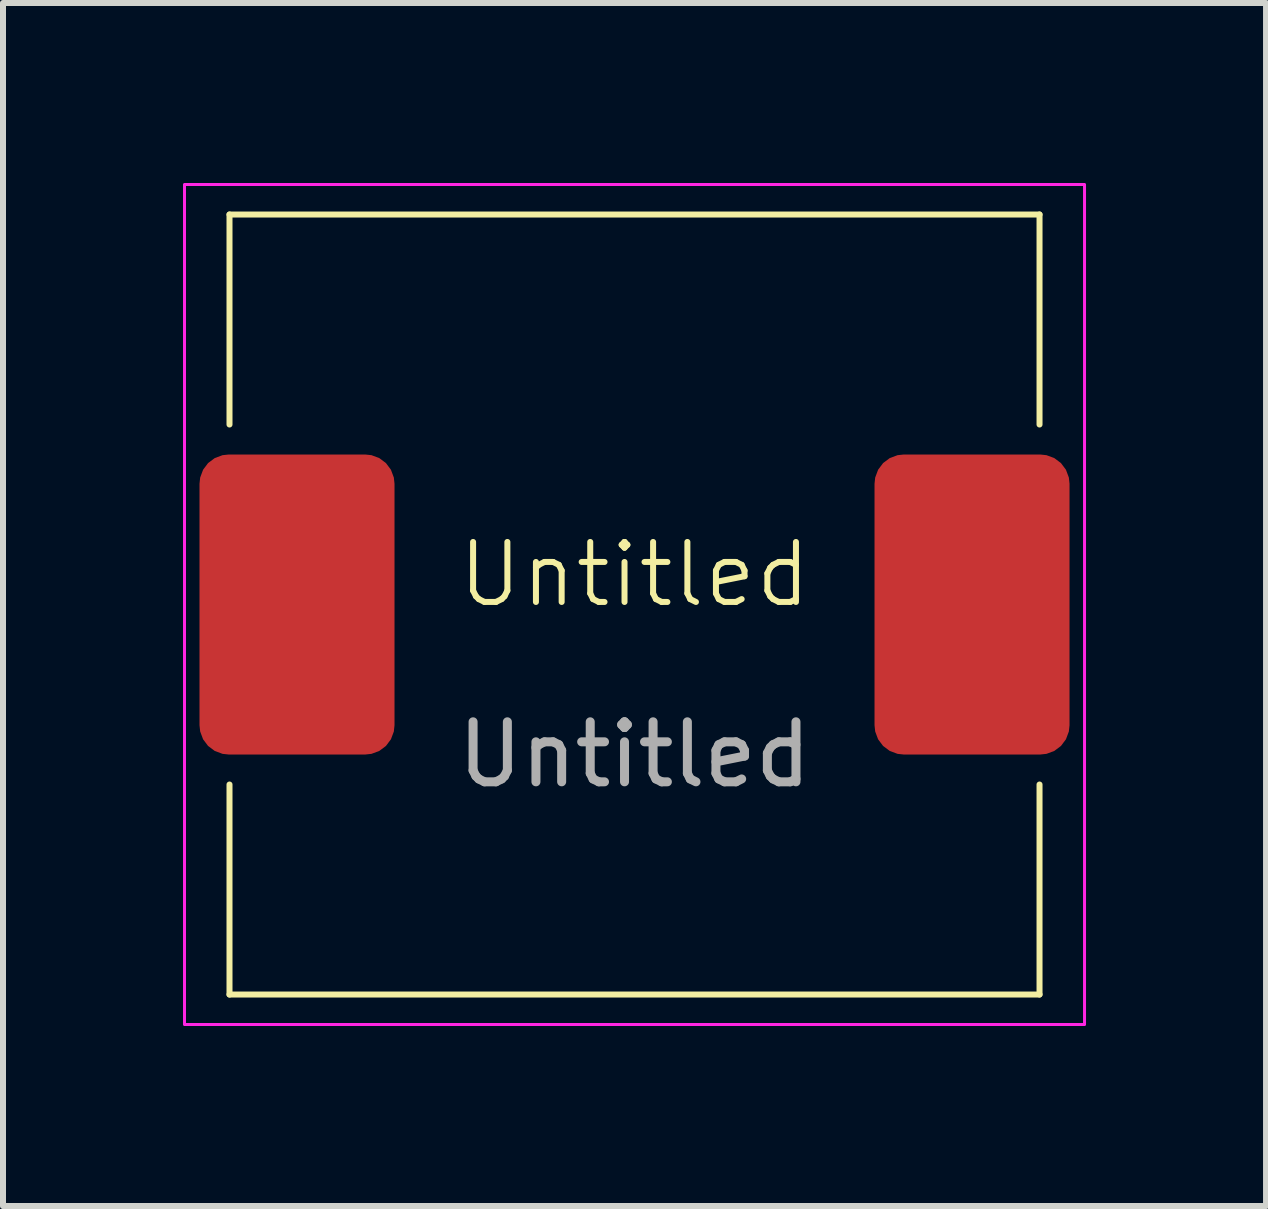
<source format=kicad_pcb>
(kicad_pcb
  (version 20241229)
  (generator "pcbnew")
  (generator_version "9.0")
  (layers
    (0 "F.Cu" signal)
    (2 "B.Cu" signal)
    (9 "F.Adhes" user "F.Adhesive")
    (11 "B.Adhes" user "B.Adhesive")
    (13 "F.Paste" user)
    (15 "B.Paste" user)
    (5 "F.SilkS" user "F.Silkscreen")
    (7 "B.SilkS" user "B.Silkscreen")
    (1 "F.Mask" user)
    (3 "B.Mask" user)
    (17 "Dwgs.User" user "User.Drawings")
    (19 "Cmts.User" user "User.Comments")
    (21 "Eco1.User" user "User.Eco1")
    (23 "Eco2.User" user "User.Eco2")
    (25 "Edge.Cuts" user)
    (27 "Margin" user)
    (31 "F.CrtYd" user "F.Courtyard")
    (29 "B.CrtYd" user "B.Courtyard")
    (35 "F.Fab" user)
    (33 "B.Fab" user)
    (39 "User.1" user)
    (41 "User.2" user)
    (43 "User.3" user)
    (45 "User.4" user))
  (footprint "Untitled"
    (layer "F.Cu")
    (at 7.525 7.025)
    (property "Reference" "Untitled" (at 0 -0.5 0) (unlocked yes) (layer "F.SilkS") (effects (font (size 1 1) (thickness 0.1))))
    (attr smd)
    (fp_line (start -6.75 -6.5) (end -6.75 -3) (stroke (width 0.1) (type default)) (layer "F.SilkS"))
    (fp_line (start -6.75 3) (end -6.75 6.5) (stroke (width 0.1) (type default)) (layer "F.SilkS"))
    (fp_line (start -6.75 6.5) (end 6.75 6.5) (stroke (width 0.1) (type default)) (layer "F.SilkS"))
    (fp_line (start 6.75 -6.5) (end -6.75 -6.5) (stroke (width 0.1) (type default)) (layer "F.SilkS"))
    (fp_line (start 6.75 -3) (end 6.75 -6.5) (stroke (width 0.1) (type default)) (layer "F.SilkS"))
    (fp_line (start 6.75 6.5) (end 6.75 3) (stroke (width 0.1) (type default)) (layer "F.SilkS"))
    (fp_rect (start -7.5 -7) (end 7.5 7) (stroke (width 0.05) (type solid)) (fill no) (layer "F.CrtYd"))
    (fp_text user "${REFERENCE}" (at 0 2.5 0) (unlocked yes) (layer "F.Fab") (effects (font (size 1 1) (thickness 0.15))))
    (pad "1" smd roundrect (at -5.625 0) (size 3.25 5) (layers "F.Cu" "F.Mask" "F.Paste") (roundrect_rratio 0.15))
    (pad "2" smd roundrect (at 5.625 0) (size 3.25 5) (layers "F.Cu" "F.Mask" "F.Paste") (roundrect_rratio 0.15)))
  (gr_rect
    (start -3 -3)
    (end 18.05 17.05)
    (stroke (width 0.1) (type default))
    (fill no)
    (layer "Edge.Cuts")))
</source>
